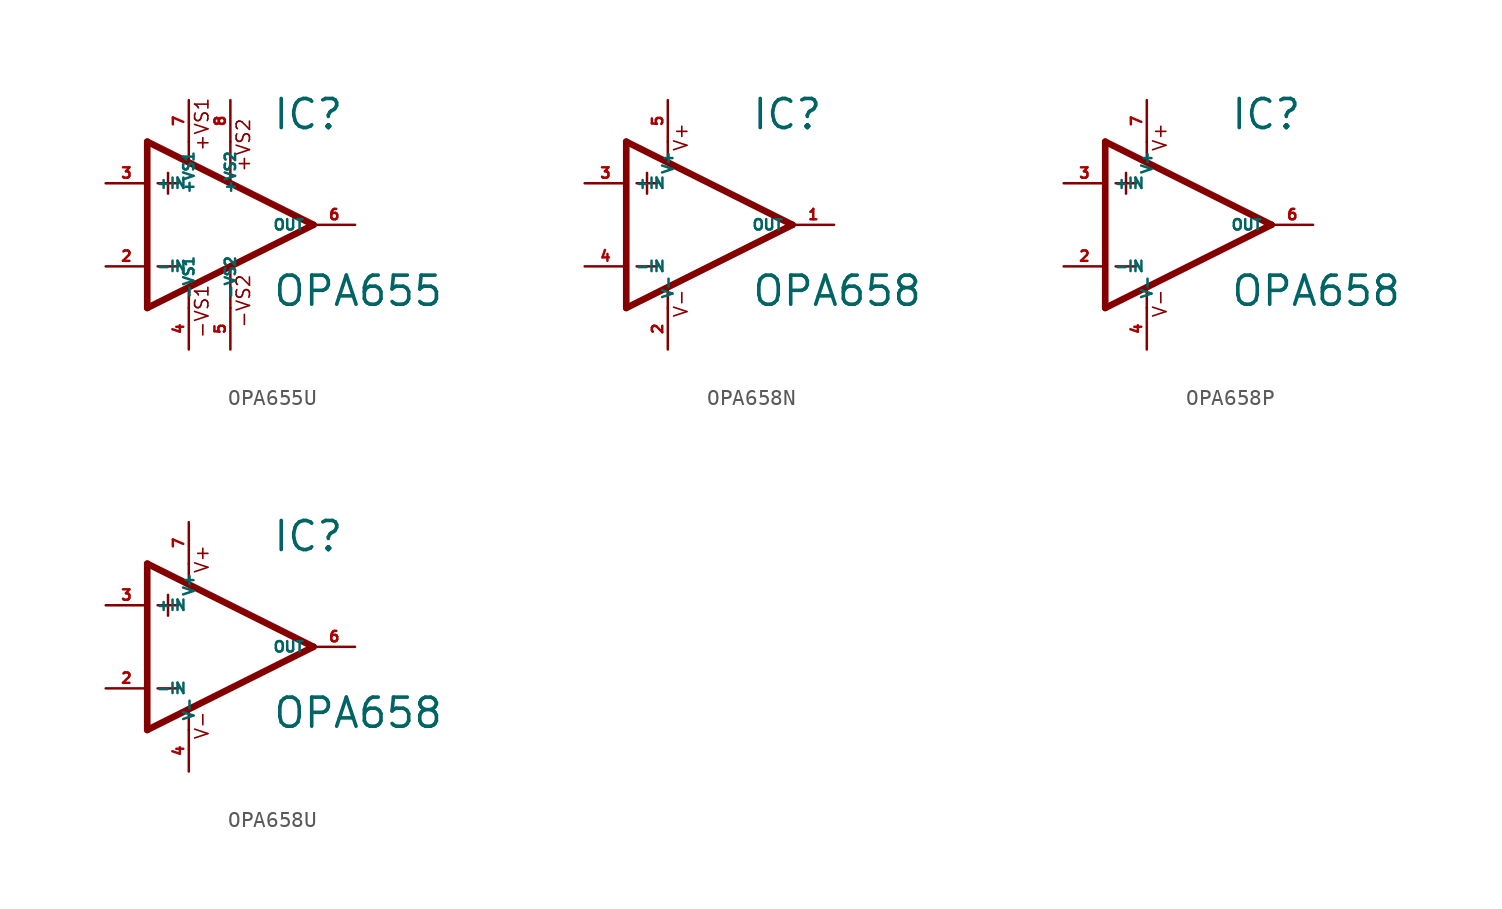
<source format=kicad_sym>
(kicad_symbol_lib
  (version 20220914)
  (generator Eagle2Kicad)
  (symbol "OPA655U"
    (property "Reference" "IC"
      (at 2.54 5.715 0)
      (effects (font (size 1.778 1.778) (thickness 0.22)) (justify left bottom)))
    (property "Value" "OPA655"
      (at 2.54 -5.08 0)
      (effects (font (size 1.778 1.778) (thickness 0.22)) (justify left bottom)))
    (polyline
      (pts (xy -3.81 3.175) (xy -3.81 1.905))
      (stroke (width 0.152) (type default))
      (fill (type none)))
    (polyline
      (pts (xy -4.445 2.54) (xy -3.175 2.54))
      (stroke (width 0.152) (type default))
      (fill (type none)))
    (polyline
      (pts (xy -4.445 -2.54) (xy -3.175 -2.54))
      (stroke (width 0.152) (type default))
      (fill (type none)))
    (polyline
      (pts (xy -2.54 5.08) (xy -2.54 3.886))
      (stroke (width 0.152) (type default))
      (fill (type none)))
    (polyline
      (pts (xy 0 5.055) (xy 0 2.616))
      (stroke (width 0.152) (type default))
      (fill (type none)))
    (polyline
      (pts (xy 0 -2.616) (xy 0 -5.08))
      (stroke (width 0.152) (type default))
      (fill (type none)))
    (polyline
      (pts (xy -2.54 -3.912) (xy -2.54 -5.08))
      (stroke (width 0.152) (type default))
      (fill (type none)))
    (polyline
      (pts (xy 5.08 0) (xy -5.08 5.08))
      (stroke (width 0.406) (type default))
      (fill (type none)))
    (polyline
      (pts (xy -5.08 5.08) (xy -5.08 -5.08))
      (stroke (width 0.406) (type default))
      (fill (type none)))
    (polyline
      (pts (xy -5.08 -5.08) (xy 5.08 0))
      (stroke (width 0.406) (type default))
      (fill (type none)))
    (text "+VS1"
      (at -1.27 4.445 900)
      (effects (font (size 0.813 0.813) (thickness 0.10)) (justify left bottom)))
    (text "-VS1"
      (at -1.27 -6.985 900)
      (effects (font (size 0.813 0.813) (thickness 0.10)) (justify left bottom)))
    (text "+VS2"
      (at 1.27 3.175 900)
      (effects (font (size 0.813 0.813) (thickness 0.10)) (justify left bottom)))
    (text "-VS2"
      (at 1.27 -6.35 900)
      (effects (font (size 0.813 0.813) (thickness 0.10)) (justify left bottom)))
    (pin unspecified line
      (at 0 7.62 270)
      (length 2.54)
      (name "+VS2" (effects (font (size 0.635 0.635) (thickness 0.08)) (justify left bottom)))
      (number "8" (effects (font (size 0.635 0.635) (thickness 0.08)) (justify left bottom))))
    (pin input line
      (at -7.62 -2.54 0)
      (length 2.54)
      (name "-IN" (effects (font (size 0.635 0.635) (thickness 0.08)) (justify left bottom)))
      (number "2" (effects (font (size 0.635 0.635) (thickness 0.08)) (justify left bottom))))
    (pin input line
      (at -7.62 2.54 0)
      (length 2.54)
      (name "+IN" (effects (font (size 0.635 0.635) (thickness 0.08)) (justify left bottom)))
      (number "3" (effects (font (size 0.635 0.635) (thickness 0.08)) (justify left bottom))))
    (pin output line
      (at 7.62 0 180)
      (length 2.54)
      (name "OUT" (effects (font (size 0.635 0.635) (thickness 0.08)) (justify left bottom)))
      (number "6" (effects (font (size 0.635 0.635) (thickness 0.08)) (justify left bottom))))
    (pin unspecified line
      (at 0 -7.62 90)
      (length 2.54)
      (name "-VS2" (effects (font (size 0.635 0.635) (thickness 0.08)) (justify left bottom)))
      (number "5" (effects (font (size 0.635 0.635) (thickness 0.08)) (justify left bottom))))
    (pin unspecified line
      (at -2.54 7.62 270)
      (length 2.54)
      (name "+VS1" (effects (font (size 0.635 0.635) (thickness 0.08)) (justify left bottom)))
      (number "7" (effects (font (size 0.635 0.635) (thickness 0.08)) (justify left bottom))))
    (pin unspecified line
      (at -2.54 -7.62 90)
      (length 2.54)
      (name "-VS1" (effects (font (size 0.635 0.635) (thickness 0.08)) (justify left bottom)))
      (number "4" (effects (font (size 0.635 0.635) (thickness 0.08)) (justify left bottom)))))
  (symbol "OPA658N"
    (property "Reference" "IC"
      (at 2.54 5.715 0)
      (effects (font (size 1.778 1.778) (thickness 0.22)) (justify left bottom)))
    (property "Value" "OPA658"
      (at 2.54 -5.08 0)
      (effects (font (size 1.778 1.778) (thickness 0.22)) (justify left bottom)))
    (polyline
      (pts (xy -3.81 3.175) (xy -3.81 1.905))
      (stroke (width 0.152) (type default))
      (fill (type none)))
    (polyline
      (pts (xy -4.445 2.54) (xy -3.175 2.54))
      (stroke (width 0.152) (type default))
      (fill (type none)))
    (polyline
      (pts (xy -4.445 -2.54) (xy -3.175 -2.54))
      (stroke (width 0.152) (type default))
      (fill (type none)))
    (polyline
      (pts (xy -2.54 5.08) (xy -2.54 3.886))
      (stroke (width 0.152) (type default))
      (fill (type none)))
    (polyline
      (pts (xy -2.54 -3.912) (xy -2.54 -5.08))
      (stroke (width 0.152) (type default))
      (fill (type none)))
    (polyline
      (pts (xy 5.08 0) (xy -5.08 5.08))
      (stroke (width 0.406) (type default))
      (fill (type none)))
    (polyline
      (pts (xy -5.08 5.08) (xy -5.08 -5.08))
      (stroke (width 0.406) (type default))
      (fill (type none)))
    (polyline
      (pts (xy -5.08 -5.08) (xy 5.08 0))
      (stroke (width 0.406) (type default))
      (fill (type none)))
    (text "V+"
      (at -1.27 4.445 900)
      (effects (font (size 0.813 0.813) (thickness 0.10)) (justify left bottom)))
    (text "V-"
      (at -1.27 -5.715 900)
      (effects (font (size 0.813 0.813) (thickness 0.10)) (justify left bottom)))
    (pin input line
      (at -7.62 -2.54 0)
      (length 2.54)
      (name "-IN" (effects (font (size 0.635 0.635) (thickness 0.08)) (justify left bottom)))
      (number "4" (effects (font (size 0.635 0.635) (thickness 0.08)) (justify left bottom))))
    (pin input line
      (at -7.62 2.54 0)
      (length 2.54)
      (name "+IN" (effects (font (size 0.635 0.635) (thickness 0.08)) (justify left bottom)))
      (number "3" (effects (font (size 0.635 0.635) (thickness 0.08)) (justify left bottom))))
    (pin output line
      (at 7.62 0 180)
      (length 2.54)
      (name "OUT" (effects (font (size 0.635 0.635) (thickness 0.08)) (justify left bottom)))
      (number "1" (effects (font (size 0.635 0.635) (thickness 0.08)) (justify left bottom))))
    (pin unspecified line
      (at -2.54 7.62 270)
      (length 2.54)
      (name "V+" (effects (font (size 0.635 0.635) (thickness 0.08)) (justify left bottom)))
      (number "5" (effects (font (size 0.635 0.635) (thickness 0.08)) (justify left bottom))))
    (pin unspecified line
      (at -2.54 -7.62 90)
      (length 2.54)
      (name "V-" (effects (font (size 0.635 0.635) (thickness 0.08)) (justify left bottom)))
      (number "2" (effects (font (size 0.635 0.635) (thickness 0.08)) (justify left bottom)))))
  (symbol "OPA658P"
    (property "Reference" "IC"
      (at 2.54 5.715 0)
      (effects (font (size 1.778 1.778) (thickness 0.22)) (justify left bottom)))
    (property "Value" "OPA658"
      (at 2.54 -5.08 0)
      (effects (font (size 1.778 1.778) (thickness 0.22)) (justify left bottom)))
    (polyline
      (pts (xy -3.81 3.175) (xy -3.81 1.905))
      (stroke (width 0.152) (type default))
      (fill (type none)))
    (polyline
      (pts (xy -4.445 2.54) (xy -3.175 2.54))
      (stroke (width 0.152) (type default))
      (fill (type none)))
    (polyline
      (pts (xy -4.445 -2.54) (xy -3.175 -2.54))
      (stroke (width 0.152) (type default))
      (fill (type none)))
    (polyline
      (pts (xy -2.54 5.08) (xy -2.54 3.886))
      (stroke (width 0.152) (type default))
      (fill (type none)))
    (polyline
      (pts (xy -2.54 -3.912) (xy -2.54 -5.08))
      (stroke (width 0.152) (type default))
      (fill (type none)))
    (polyline
      (pts (xy 5.08 0) (xy -5.08 5.08))
      (stroke (width 0.406) (type default))
      (fill (type none)))
    (polyline
      (pts (xy -5.08 5.08) (xy -5.08 -5.08))
      (stroke (width 0.406) (type default))
      (fill (type none)))
    (polyline
      (pts (xy -5.08 -5.08) (xy 5.08 0))
      (stroke (width 0.406) (type default))
      (fill (type none)))
    (text "V+"
      (at -1.27 4.445 900)
      (effects (font (size 0.813 0.813) (thickness 0.10)) (justify left bottom)))
    (text "V-"
      (at -1.27 -5.715 900)
      (effects (font (size 0.813 0.813) (thickness 0.10)) (justify left bottom)))
    (pin input line
      (at -7.62 -2.54 0)
      (length 2.54)
      (name "-IN" (effects (font (size 0.635 0.635) (thickness 0.08)) (justify left bottom)))
      (number "2" (effects (font (size 0.635 0.635) (thickness 0.08)) (justify left bottom))))
    (pin input line
      (at -7.62 2.54 0)
      (length 2.54)
      (name "+IN" (effects (font (size 0.635 0.635) (thickness 0.08)) (justify left bottom)))
      (number "3" (effects (font (size 0.635 0.635) (thickness 0.08)) (justify left bottom))))
    (pin output line
      (at 7.62 0 180)
      (length 2.54)
      (name "OUT" (effects (font (size 0.635 0.635) (thickness 0.08)) (justify left bottom)))
      (number "6" (effects (font (size 0.635 0.635) (thickness 0.08)) (justify left bottom))))
    (pin unspecified line
      (at -2.54 7.62 270)
      (length 2.54)
      (name "V+" (effects (font (size 0.635 0.635) (thickness 0.08)) (justify left bottom)))
      (number "7" (effects (font (size 0.635 0.635) (thickness 0.08)) (justify left bottom))))
    (pin unspecified line
      (at -2.54 -7.62 90)
      (length 2.54)
      (name "V-" (effects (font (size 0.635 0.635) (thickness 0.08)) (justify left bottom)))
      (number "4" (effects (font (size 0.635 0.635) (thickness 0.08)) (justify left bottom)))))
  (symbol "OPA658U"
    (property "Reference" "IC"
      (at 2.54 5.715 0)
      (effects (font (size 1.778 1.778) (thickness 0.22)) (justify left bottom)))
    (property "Value" "OPA658"
      (at 2.54 -5.08 0)
      (effects (font (size 1.778 1.778) (thickness 0.22)) (justify left bottom)))
    (polyline
      (pts (xy -3.81 3.175) (xy -3.81 1.905))
      (stroke (width 0.152) (type default))
      (fill (type none)))
    (polyline
      (pts (xy -4.445 2.54) (xy -3.175 2.54))
      (stroke (width 0.152) (type default))
      (fill (type none)))
    (polyline
      (pts (xy -4.445 -2.54) (xy -3.175 -2.54))
      (stroke (width 0.152) (type default))
      (fill (type none)))
    (polyline
      (pts (xy -2.54 5.08) (xy -2.54 3.886))
      (stroke (width 0.152) (type default))
      (fill (type none)))
    (polyline
      (pts (xy -2.54 -3.912) (xy -2.54 -5.08))
      (stroke (width 0.152) (type default))
      (fill (type none)))
    (polyline
      (pts (xy 5.08 0) (xy -5.08 5.08))
      (stroke (width 0.406) (type default))
      (fill (type none)))
    (polyline
      (pts (xy -5.08 5.08) (xy -5.08 -5.08))
      (stroke (width 0.406) (type default))
      (fill (type none)))
    (polyline
      (pts (xy -5.08 -5.08) (xy 5.08 0))
      (stroke (width 0.406) (type default))
      (fill (type none)))
    (text "V+"
      (at -1.27 4.445 900)
      (effects (font (size 0.813 0.813) (thickness 0.10)) (justify left bottom)))
    (text "V-"
      (at -1.27 -5.715 900)
      (effects (font (size 0.813 0.813) (thickness 0.10)) (justify left bottom)))
    (pin input line
      (at -7.62 -2.54 0)
      (length 2.54)
      (name "-IN" (effects (font (size 0.635 0.635) (thickness 0.08)) (justify left bottom)))
      (number "2" (effects (font (size 0.635 0.635) (thickness 0.08)) (justify left bottom))))
    (pin input line
      (at -7.62 2.54 0)
      (length 2.54)
      (name "+IN" (effects (font (size 0.635 0.635) (thickness 0.08)) (justify left bottom)))
      (number "3" (effects (font (size 0.635 0.635) (thickness 0.08)) (justify left bottom))))
    (pin output line
      (at 7.62 0 180)
      (length 2.54)
      (name "OUT" (effects (font (size 0.635 0.635) (thickness 0.08)) (justify left bottom)))
      (number "6" (effects (font (size 0.635 0.635) (thickness 0.08)) (justify left bottom))))
    (pin unspecified line
      (at -2.54 7.62 270)
      (length 2.54)
      (name "V+" (effects (font (size 0.635 0.635) (thickness 0.08)) (justify left bottom)))
      (number "7" (effects (font (size 0.635 0.635) (thickness 0.08)) (justify left bottom))))
    (pin unspecified line
      (at -2.54 -7.62 90)
      (length 2.54)
      (name "V-" (effects (font (size 0.635 0.635) (thickness 0.08)) (justify left bottom)))
      (number "4" (effects (font (size 0.635 0.635) (thickness 0.08)) (justify left bottom))))))
</source>
